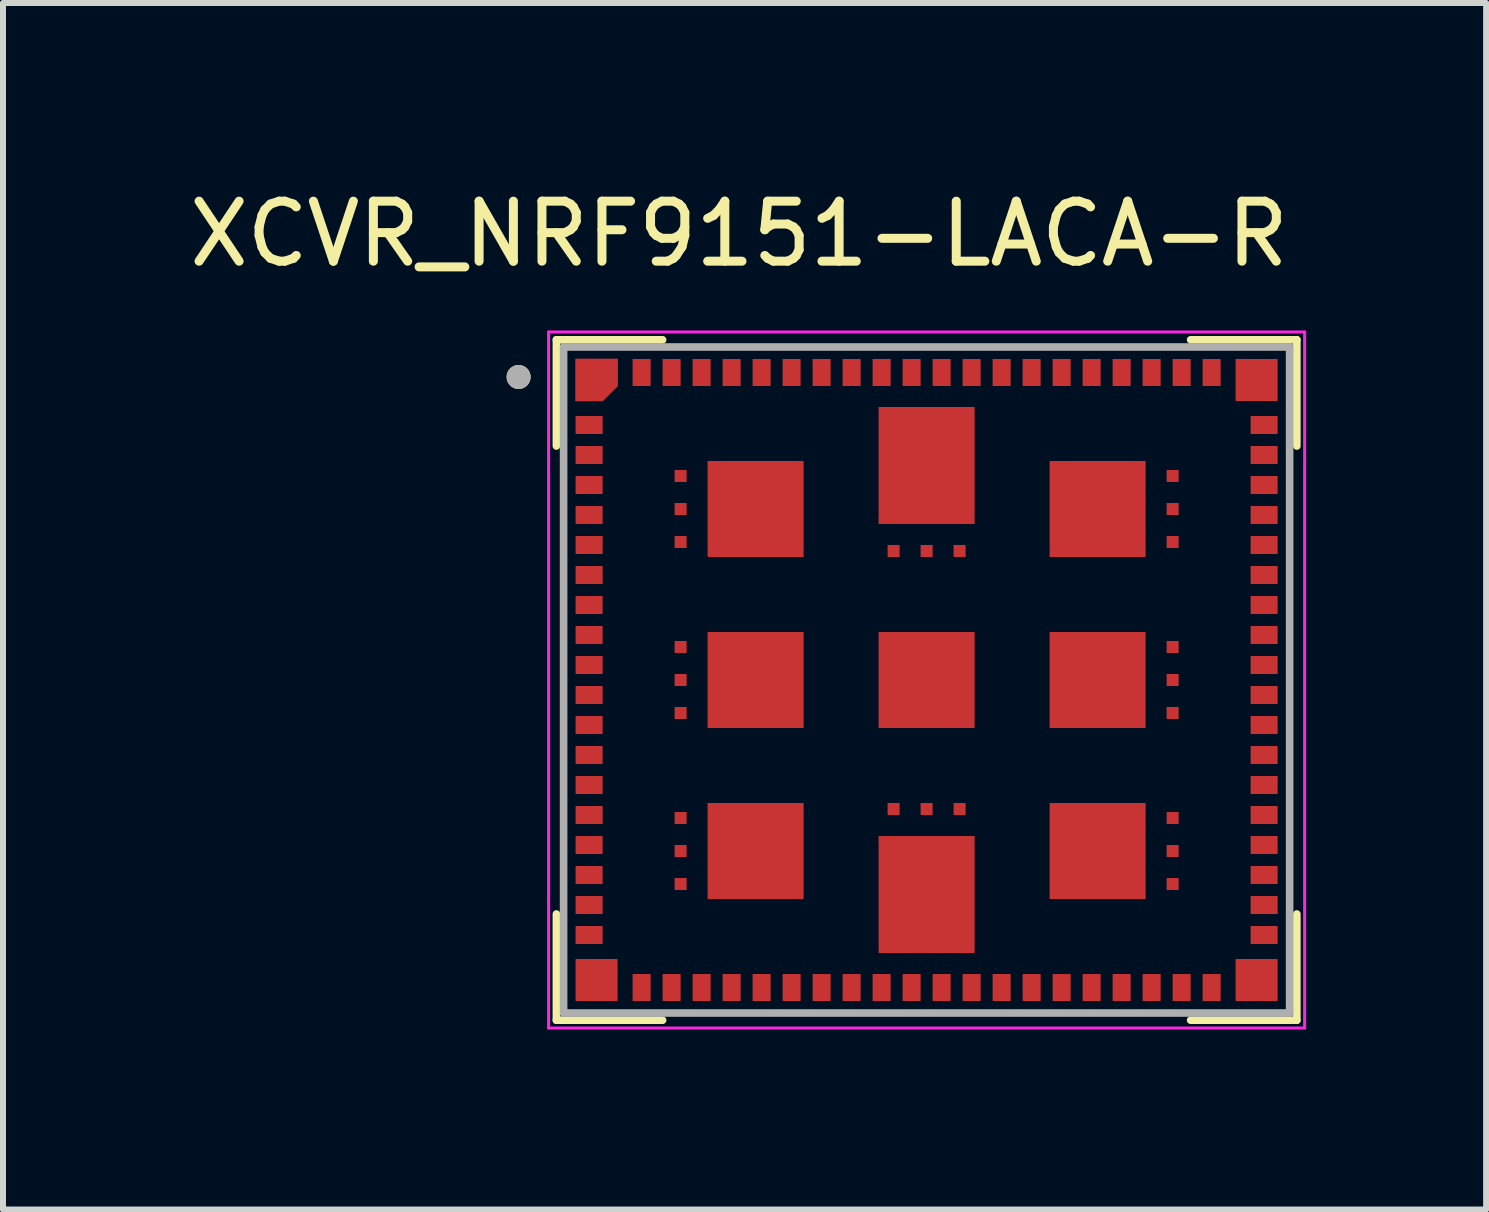
<source format=kicad_pcb>
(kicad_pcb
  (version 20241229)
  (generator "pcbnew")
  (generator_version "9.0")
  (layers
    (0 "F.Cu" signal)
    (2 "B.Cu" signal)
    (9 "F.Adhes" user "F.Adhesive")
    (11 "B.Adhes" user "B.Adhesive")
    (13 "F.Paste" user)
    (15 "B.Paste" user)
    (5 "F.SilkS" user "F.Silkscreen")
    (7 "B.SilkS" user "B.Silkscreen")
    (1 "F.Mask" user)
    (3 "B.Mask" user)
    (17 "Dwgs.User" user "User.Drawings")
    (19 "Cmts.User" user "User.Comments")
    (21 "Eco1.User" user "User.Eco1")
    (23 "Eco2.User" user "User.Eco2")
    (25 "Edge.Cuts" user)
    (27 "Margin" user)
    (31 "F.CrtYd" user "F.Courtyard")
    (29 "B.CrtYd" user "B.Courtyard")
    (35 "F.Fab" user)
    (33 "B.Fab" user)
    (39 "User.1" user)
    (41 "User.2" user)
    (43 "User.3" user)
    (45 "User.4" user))
  (footprint "XCVR_NRF9151-LACA-R"
    (layer "F.Cu")
    (at 12.393 8.283)
    (property "Reference" "XCVR_NRF9151-LACA-R" (at -3.125 -7.435 0) (layer "F.SilkS") (effects (font (size 1 1) (thickness 0.15))))
    (attr smd)
    (fp_poly (pts (xy -5.1 -5.4) (xy -5.9 -5.4) (xy -5.9 -4.6) (xy -5.378 -4.6) (xy -5.1 -4.878)) (stroke (width 0.01) (type solid)) (fill yes) (layer "F.Mask"))
    (fp_line (start -6.17 -5.67) (end -6.17 -3.9) (stroke (width 0.127) (type solid)) (layer "F.SilkS"))
    (fp_line (start -6.17 -5.67) (end -4.4 -5.67) (stroke (width 0.127) (type solid)) (layer "F.SilkS"))
    (fp_line (start -6.17 5.67) (end -6.17 3.9) (stroke (width 0.127) (type solid)) (layer "F.SilkS"))
    (fp_line (start -4.4 5.67) (end -6.17 5.67) (stroke (width 0.127) (type solid)) (layer "F.SilkS"))
    (fp_line (start 4.4 -5.67) (end 6.17 -5.67) (stroke (width 0.127) (type solid)) (layer "F.SilkS"))
    (fp_line (start 4.4 5.67) (end 6.17 5.67) (stroke (width 0.127) (type solid)) (layer "F.SilkS"))
    (fp_line (start 6.17 -5.67) (end 6.17 -3.9) (stroke (width 0.127) (type solid)) (layer "F.SilkS"))
    (fp_line (start 6.17 5.67) (end 6.17 3.9) (stroke (width 0.127) (type solid)) (layer "F.SilkS"))
    (fp_circle (center -6.8 -5.05) (end -6.7 -5.05) (stroke (width 0.2) (type solid)) (fill no) (layer "F.SilkS"))
    (fp_poly (pts (xy -5.85 -4.65) (xy -5.85 -5.35) (xy -5.15 -5.35) (xy -5.15 -4.9) (xy -5.4 -4.65)) (stroke (width 0.01) (type solid)) (fill yes) (layer "F.Paste"))
    (fp_line (start -6.3 -5.8) (end -6.3 5.8) (stroke (width 0.05) (type solid)) (layer "F.CrtYd"))
    (fp_line (start -6.3 5.8) (end 6.3 5.8) (stroke (width 0.05) (type solid)) (layer "F.CrtYd"))
    (fp_line (start 6.3 -5.8) (end -6.3 -5.8) (stroke (width 0.05) (type solid)) (layer "F.CrtYd"))
    (fp_line (start 6.3 5.8) (end 6.3 -5.8) (stroke (width 0.05) (type solid)) (layer "F.CrtYd"))
    (fp_line (start -6.05 -5.55) (end 6.05 -5.55) (stroke (width 0.127) (type solid)) (layer "F.Fab"))
    (fp_line (start -6.05 5.55) (end -6.05 -5.55) (stroke (width 0.127) (type solid)) (layer "F.Fab"))
    (fp_line (start 6.05 -5.55) (end 6.05 5.55) (stroke (width 0.127) (type solid)) (layer "F.Fab"))
    (fp_line (start 6.05 5.55) (end -6.05 5.55) (stroke (width 0.127) (type solid)) (layer "F.Fab"))
    (fp_circle (center -6.8 -5.05) (end -6.7 -5.05) (stroke (width 0.2) (type solid)) (fill no) (layer "F.Fab"))
    (pad "1" smd custom (at -5.55 -5.05) (size 0.4 0.4) (layers "F.Cu") (options (anchor rect)) (primitives (gr_poly (pts (xy -0.3 0.4) (xy -0.3 -0.3) (xy 0.4 -0.3) (xy 0.4 0.15) (xy 0.15 0.4)) (width 0.01) (fill yes))))
    (pad "2" smd rect (at -5.625 -4.25) (size 0.45 0.3) (layers "F.Cu" "F.Mask" "F.Paste"))
    (pad "3" smd rect (at -5.625 -3.75) (size 0.45 0.3) (layers "F.Cu" "F.Mask" "F.Paste"))
    (pad "4" smd rect (at -5.625 -3.25) (size 0.45 0.3) (layers "F.Cu" "F.Mask" "F.Paste"))
    (pad "5" smd rect (at -5.625 -2.75) (size 0.45 0.3) (layers "F.Cu" "F.Mask" "F.Paste"))
    (pad "6" smd rect (at -5.625 -2.25) (size 0.45 0.3) (layers "F.Cu" "F.Mask" "F.Paste"))
    (pad "7" smd rect (at -5.625 -1.75) (size 0.45 0.3) (layers "F.Cu" "F.Mask" "F.Paste"))
    (pad "8" smd rect (at -5.625 -1.25) (size 0.45 0.3) (layers "F.Cu" "F.Mask" "F.Paste"))
    (pad "9" smd rect (at -5.625 -0.75) (size 0.45 0.3) (layers "F.Cu" "F.Mask" "F.Paste"))
    (pad "10" smd rect (at -5.625 -0.25) (size 0.45 0.3) (layers "F.Cu" "F.Mask" "F.Paste"))
    (pad "11" smd rect (at -5.625 0.25) (size 0.45 0.3) (layers "F.Cu" "F.Mask" "F.Paste"))
    (pad "12" smd rect (at -5.625 0.75) (size 0.45 0.3) (layers "F.Cu" "F.Mask" "F.Paste"))
    (pad "13" smd rect (at -5.625 1.25) (size 0.45 0.3) (layers "F.Cu" "F.Mask" "F.Paste"))
    (pad "14" smd rect (at -5.625 1.75) (size 0.45 0.3) (layers "F.Cu" "F.Mask" "F.Paste"))
    (pad "15" smd rect (at -5.625 2.25) (size 0.45 0.3) (layers "F.Cu" "F.Mask" "F.Paste"))
    (pad "16" smd rect (at -5.625 2.75) (size 0.45 0.3) (layers "F.Cu" "F.Mask" "F.Paste"))
    (pad "17" smd rect (at -5.625 3.25) (size 0.45 0.3) (layers "F.Cu" "F.Mask" "F.Paste"))
    (pad "18" smd rect (at -5.625 3.75) (size 0.45 0.3) (layers "F.Cu" "F.Mask" "F.Paste"))
    (pad "19" smd rect (at -5.625 4.25) (size 0.45 0.3) (layers "F.Cu" "F.Mask" "F.Paste"))
    (pad "20" smd rect (at -5.5 5) (size 0.7 0.7) (layers "F.Cu" "F.Mask" "F.Paste"))
    (pad "21" smd rect (at -4.75 5.125) (size 0.3 0.45) (layers "F.Cu" "F.Mask" "F.Paste"))
    (pad "22" smd rect (at -4.25 5.125) (size 0.3 0.45) (layers "F.Cu" "F.Mask" "F.Paste"))
    (pad "23" smd rect (at -3.75 5.125) (size 0.3 0.45) (layers "F.Cu" "F.Mask" "F.Paste"))
    (pad "24" smd rect (at -3.25 5.125) (size 0.3 0.45) (layers "F.Cu" "F.Mask" "F.Paste"))
    (pad "25" smd rect (at -2.75 5.125) (size 0.3 0.45) (layers "F.Cu" "F.Mask" "F.Paste"))
    (pad "26" smd rect (at -2.25 5.125) (size 0.3 0.45) (layers "F.Cu" "F.Mask" "F.Paste"))
    (pad "27" smd rect (at -1.75 5.125) (size 0.3 0.45) (layers "F.Cu" "F.Mask" "F.Paste"))
    (pad "28" smd rect (at -1.25 5.125) (size 0.3 0.45) (layers "F.Cu" "F.Mask" "F.Paste"))
    (pad "29" smd rect (at -0.75 5.125) (size 0.3 0.45) (layers "F.Cu" "F.Mask" "F.Paste"))
    (pad "30" smd rect (at -0.25 5.125) (size 0.3 0.45) (layers "F.Cu" "F.Mask" "F.Paste"))
    (pad "31" smd rect (at 0.25 5.125) (size 0.3 0.45) (layers "F.Cu" "F.Mask" "F.Paste"))
    (pad "32" smd rect (at 0.75 5.125) (size 0.3 0.45) (layers "F.Cu" "F.Mask" "F.Paste"))
    (pad "33" smd rect (at 1.25 5.125) (size 0.3 0.45) (layers "F.Cu" "F.Mask" "F.Paste"))
    (pad "34" smd rect (at 1.75 5.125) (size 0.3 0.45) (layers "F.Cu" "F.Mask" "F.Paste"))
    (pad "35" smd rect (at 2.25 5.125) (size 0.3 0.45) (layers "F.Cu" "F.Mask" "F.Paste"))
    (pad "36" smd rect (at 2.75 5.125) (size 0.3 0.45) (layers "F.Cu" "F.Mask" "F.Paste"))
    (pad "37" smd rect (at 3.25 5.125) (size 0.3 0.45) (layers "F.Cu" "F.Mask" "F.Paste"))
    (pad "38" smd rect (at 3.75 5.125) (size 0.3 0.45) (layers "F.Cu" "F.Mask" "F.Paste"))
    (pad "39" smd rect (at 4.25 5.125) (size 0.3 0.45) (layers "F.Cu" "F.Mask" "F.Paste"))
    (pad "40" smd rect (at 4.75 5.125) (size 0.3 0.45) (layers "F.Cu" "F.Mask" "F.Paste"))
    (pad "41" smd rect (at 5.5 5) (size 0.7 0.7) (layers "F.Cu" "F.Mask" "F.Paste"))
    (pad "42" smd rect (at 5.625 4.25) (size 0.45 0.3) (layers "F.Cu" "F.Mask" "F.Paste"))
    (pad "43" smd rect (at 5.625 3.75) (size 0.45 0.3) (layers "F.Cu" "F.Mask" "F.Paste"))
    (pad "44" smd rect (at 5.625 3.25) (size 0.45 0.3) (layers "F.Cu" "F.Mask" "F.Paste"))
    (pad "45" smd rect (at 5.625 2.75) (size 0.45 0.3) (layers "F.Cu" "F.Mask" "F.Paste"))
    (pad "46" smd rect (at 5.625 2.25) (size 0.45 0.3) (layers "F.Cu" "F.Mask" "F.Paste"))
    (pad "47" smd rect (at 5.625 1.75) (size 0.45 0.3) (layers "F.Cu" "F.Mask" "F.Paste"))
    (pad "48" smd rect (at 5.625 1.25) (size 0.45 0.3) (layers "F.Cu" "F.Mask" "F.Paste"))
    (pad "49" smd rect (at 5.625 0.75) (size 0.45 0.3) (layers "F.Cu" "F.Mask" "F.Paste"))
    (pad "50" smd rect (at 5.625 0.25) (size 0.45 0.3) (layers "F.Cu" "F.Mask" "F.Paste"))
    (pad "51" smd rect (at 5.625 -0.25) (size 0.45 0.3) (layers "F.Cu" "F.Mask" "F.Paste"))
    (pad "52" smd rect (at 5.625 -0.75) (size 0.45 0.3) (layers "F.Cu" "F.Mask" "F.Paste"))
    (pad "53" smd rect (at 5.625 -1.25) (size 0.45 0.3) (layers "F.Cu" "F.Mask" "F.Paste"))
    (pad "54" smd rect (at 5.625 -1.75) (size 0.45 0.3) (layers "F.Cu" "F.Mask" "F.Paste"))
    (pad "55" smd rect (at 5.625 -2.25) (size 0.45 0.3) (layers "F.Cu" "F.Mask" "F.Paste"))
    (pad "56" smd rect (at 5.625 -2.75) (size 0.45 0.3) (layers "F.Cu" "F.Mask" "F.Paste"))
    (pad "57" smd rect (at 5.625 -3.25) (size 0.45 0.3) (layers "F.Cu" "F.Mask" "F.Paste"))
    (pad "58" smd rect (at 5.625 -3.75) (size 0.45 0.3) (layers "F.Cu" "F.Mask" "F.Paste"))
    (pad "59" smd rect (at 5.625 -4.25) (size 0.45 0.3) (layers "F.Cu" "F.Mask" "F.Paste"))
    (pad "60" smd rect (at 5.5 -5) (size 0.7 0.7) (layers "F.Cu" "F.Mask" "F.Paste"))
    (pad "61" smd rect (at 4.75 -5.125) (size 0.3 0.45) (layers "F.Cu" "F.Mask" "F.Paste"))
    (pad "62" smd rect (at 4.25 -5.125) (size 0.3 0.45) (layers "F.Cu" "F.Mask" "F.Paste"))
    (pad "63" smd rect (at 3.75 -5.125) (size 0.3 0.45) (layers "F.Cu" "F.Mask" "F.Paste"))
    (pad "64" smd rect (at 3.25 -5.125) (size 0.3 0.45) (layers "F.Cu" "F.Mask" "F.Paste"))
    (pad "65" smd rect (at 2.75 -5.125) (size 0.3 0.45) (layers "F.Cu" "F.Mask" "F.Paste"))
    (pad "66" smd rect (at 2.25 -5.125) (size 0.3 0.45) (layers "F.Cu" "F.Mask" "F.Paste"))
    (pad "67" smd rect (at 1.75 -5.125) (size 0.3 0.45) (layers "F.Cu" "F.Mask" "F.Paste"))
    (pad "68" smd rect (at 1.25 -5.125) (size 0.3 0.45) (layers "F.Cu" "F.Mask" "F.Paste"))
    (pad "69" smd rect (at 0.75 -5.125) (size 0.3 0.45) (layers "F.Cu" "F.Mask" "F.Paste"))
    (pad "70" smd rect (at 0.25 -5.125) (size 0.3 0.45) (layers "F.Cu" "F.Mask" "F.Paste"))
    (pad "71" smd rect (at -0.25 -5.125) (size 0.3 0.45) (layers "F.Cu" "F.Mask" "F.Paste"))
    (pad "72" smd rect (at -0.75 -5.125) (size 0.3 0.45) (layers "F.Cu" "F.Mask" "F.Paste"))
    (pad "73" smd rect (at -1.25 -5.125) (size 0.3 0.45) (layers "F.Cu" "F.Mask" "F.Paste"))
    (pad "74" smd rect (at -1.75 -5.125) (size 0.3 0.45) (layers "F.Cu" "F.Mask" "F.Paste"))
    (pad "75" smd rect (at -2.25 -5.125) (size 0.3 0.45) (layers "F.Cu" "F.Mask" "F.Paste"))
    (pad "76" smd rect (at -2.75 -5.125) (size 0.3 0.45) (layers "F.Cu" "F.Mask" "F.Paste"))
    (pad "77" smd rect (at -3.25 -5.125) (size 0.3 0.45) (layers "F.Cu" "F.Mask" "F.Paste"))
    (pad "78" smd rect (at -3.75 -5.125) (size 0.3 0.45) (layers "F.Cu" "F.Mask" "F.Paste"))
    (pad "79" smd rect (at -4.25 -5.125) (size 0.3 0.45) (layers "F.Cu" "F.Mask" "F.Paste"))
    (pad "80" smd rect (at -4.75 -5.125) (size 0.3 0.45) (layers "F.Cu" "F.Mask" "F.Paste"))
    (pad "81" smd rect (at -4.1 -3.4) (size 0.2 0.2) (layers "F.Cu" "F.Mask" "F.Paste"))
    (pad "82" smd rect (at -4.1 -2.85) (size 0.2 0.2) (layers "F.Cu" "F.Mask" "F.Paste"))
    (pad "83" smd rect (at -4.1 -2.3) (size 0.2 0.2) (layers "F.Cu" "F.Mask" "F.Paste"))
    (pad "84" smd rect (at -4.1 -0.55) (size 0.2 0.2) (layers "F.Cu" "F.Mask" "F.Paste"))
    (pad "85" smd rect (at -4.1 0) (size 0.2 0.2) (layers "F.Cu" "F.Mask" "F.Paste"))
    (pad "86" smd rect (at -4.1 0.55) (size 0.2 0.2) (layers "F.Cu" "F.Mask" "F.Paste"))
    (pad "87" smd rect (at -4.1 2.3) (size 0.2 0.2) (layers "F.Cu" "F.Mask" "F.Paste"))
    (pad "88" smd rect (at -4.1 2.85) (size 0.2 0.2) (layers "F.Cu" "F.Mask" "F.Paste"))
    (pad "89" smd rect (at -4.1 3.4) (size 0.2 0.2) (layers "F.Cu" "F.Mask" "F.Paste"))
    (pad "90" smd rect (at -0.55 2.15) (size 0.2 0.2) (layers "F.Cu" "F.Mask" "F.Paste"))
    (pad "91" smd rect (at 0 2.15) (size 0.2 0.2) (layers "F.Cu" "F.Mask" "F.Paste"))
    (pad "92" smd rect (at 0.55 2.15) (size 0.2 0.2) (layers "F.Cu" "F.Mask" "F.Paste"))
    (pad "93" smd rect (at 4.1 3.4) (size 0.2 0.2) (layers "F.Cu" "F.Mask" "F.Paste"))
    (pad "94" smd rect (at 4.1 2.85) (size 0.2 0.2) (layers "F.Cu" "F.Mask" "F.Paste"))
    (pad "95" smd rect (at 4.1 2.3) (size 0.2 0.2) (layers "F.Cu" "F.Mask" "F.Paste"))
    (pad "96" smd rect (at 4.1 0.55) (size 0.2 0.2) (layers "F.Cu" "F.Mask" "F.Paste"))
    (pad "97" smd rect (at 4.1 0) (size 0.2 0.2) (layers "F.Cu" "F.Mask" "F.Paste"))
    (pad "98" smd rect (at 4.1 -0.55) (size 0.2 0.2) (layers "F.Cu" "F.Mask" "F.Paste"))
    (pad "99" smd rect (at 4.1 -2.3) (size 0.2 0.2) (layers "F.Cu" "F.Mask" "F.Paste"))
    (pad "100" smd rect (at 4.1 -2.85) (size 0.2 0.2) (layers "F.Cu" "F.Mask" "F.Paste"))
    (pad "101" smd rect (at 4.1 -3.4) (size 0.2 0.2) (layers "F.Cu" "F.Mask" "F.Paste"))
    (pad "102" smd rect (at 0.55 -2.15) (size 0.2 0.2) (layers "F.Cu" "F.Mask" "F.Paste"))
    (pad "103" smd rect (at 0 -2.15) (size 0.2 0.2) (layers "F.Cu" "F.Mask" "F.Paste"))
    (pad "104" smd rect (at -0.55 -2.15) (size 0.2 0.2) (layers "F.Cu" "F.Mask" "F.Paste"))
    (pad "105" smd rect (at -2.85 -2.85) (size 1.6 1.6) (layers "F.Cu" "F.Mask" "F.Paste"))
    (pad "106" smd rect (at -2.85 0) (size 1.6 1.6) (layers "F.Cu" "F.Mask" "F.Paste"))
    (pad "107" smd rect (at -2.85 2.85) (size 1.6 1.6) (layers "F.Cu" "F.Mask" "F.Paste"))
    (pad "108" smd rect (at 0 3.575) (size 1.6 1.95) (layers "F.Cu" "F.Mask" "F.Paste"))
    (pad "109" smd rect (at 2.85 2.85) (size 1.6 1.6) (layers "F.Cu" "F.Mask" "F.Paste"))
    (pad "110" smd rect (at 2.85 0) (size 1.6 1.6) (layers "F.Cu" "F.Mask" "F.Paste"))
    (pad "111" smd rect (at 2.85 -2.85) (size 1.6 1.6) (layers "F.Cu" "F.Mask" "F.Paste"))
    (pad "112" smd rect (at 0 -3.575) (size 1.6 1.95) (layers "F.Cu" "F.Mask" "F.Paste"))
    (pad "113" smd rect (at 0 0) (size 1.6 1.6) (layers "F.Cu" "F.Mask" "F.Paste")))
  (gr_rect
    (start -3 -3)
    (end 21.718 17.108)
    (stroke (width 0.1) (type default))
    (fill no)
    (layer "Edge.Cuts")))
</source>
